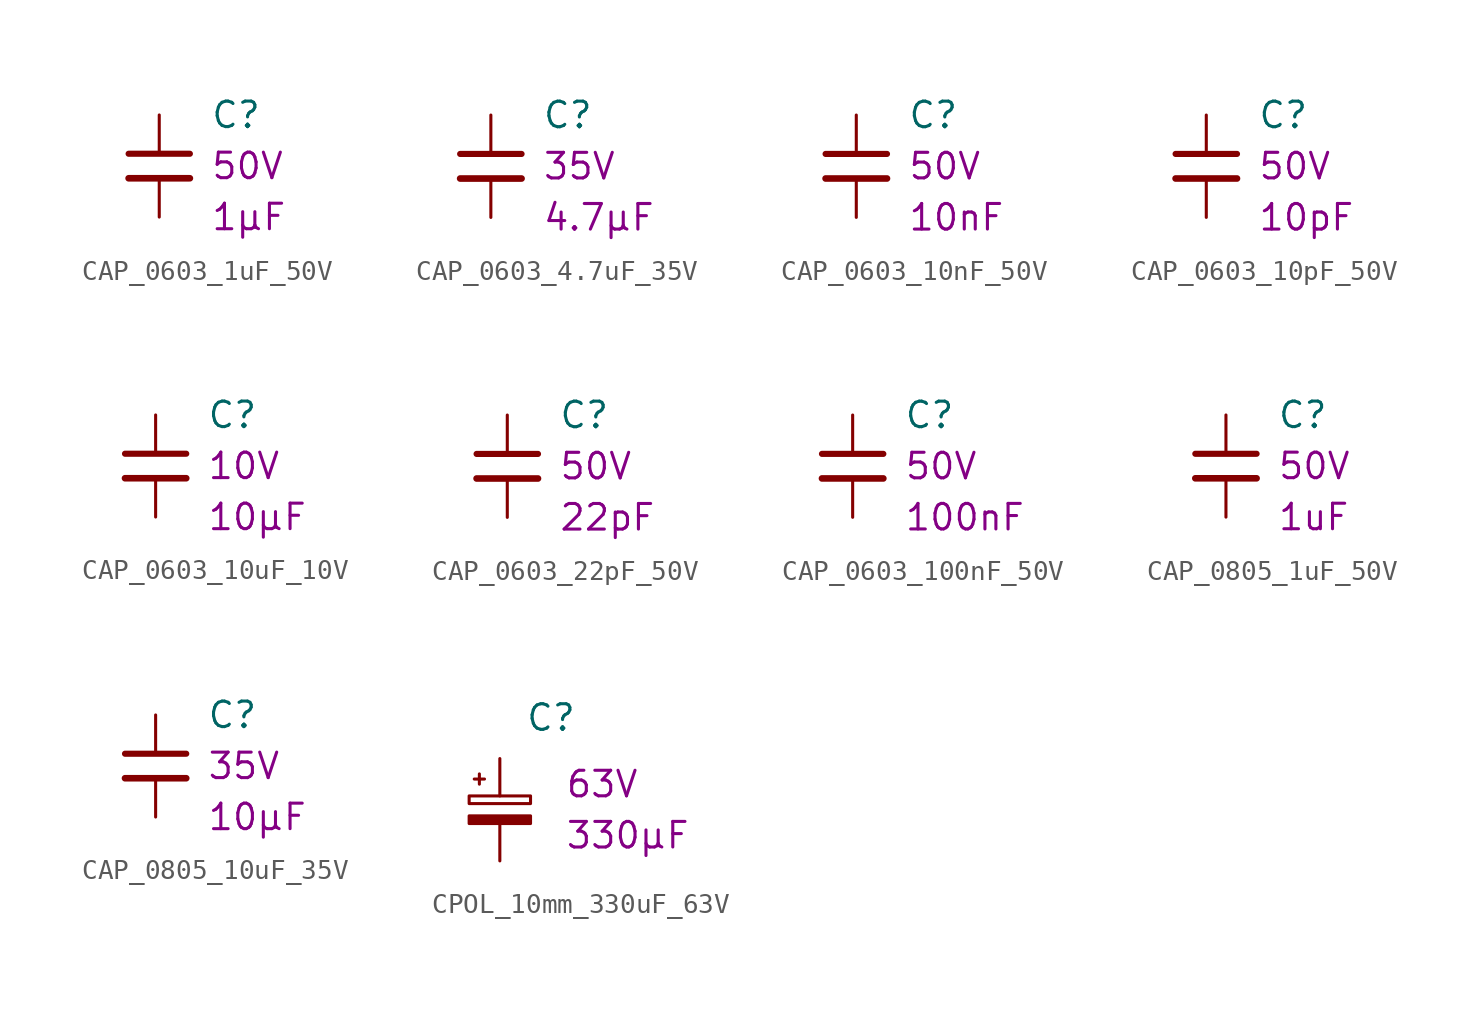
<source format=kicad_sym>
(kicad_symbol_lib
  (version 20220914)
  (generator kicad_symbol_editor)
  (symbol "CAP_0603_1uF_50V"
    (pin_numbers hide)
    (pin_names hide)
    (property "Reference" "C"
      (at 2.54 0 0)
      (effects (font (size 1.27 1.27)) (justify left)))
    (property "Capacitance" "1µF"
      (at 2.54 -5.08 0)
      (effects (font (size 1.27 1.27)) (justify left)))
    (property "Voltage" "50V"
      (at 2.54 -2.54 0)
      (effects (font (size 1.27 1.27)) (justify left)))
    (symbol "CAP_0603_1uF_50V_0_1"
      (polyline (pts (xy -1.524 -3.15) (xy 1.524 -3.15)) (stroke (width 0.33) (type default)) (fill (type none)))
      (polyline (pts (xy -1.524 -1.93) (xy 1.524 -1.93)) (stroke (width 0.305) (type default)) (fill (type none))))
    (symbol "CAP_0603_1uF_50V_1_1"
      (pin passive line (at 0 0 270) (length 1.854) (name "~" (effects (font (size 1.27 1.27)))) (number "1" (effects (font (size 1.27 1.27)))))
      (pin passive line (at 0 -5.08 90) (length 1.854) (name "~" (effects (font (size 1.27 1.27)))) (number "2" (effects (font (size 1.27 1.27)))))))
  (symbol "CAP_0603_4.7uF_35V"
    (pin_numbers hide)
    (pin_names hide)
    (property "Reference" "C"
      (at 2.54 0 0)
      (effects (font (size 1.27 1.27)) (justify left)))
    (property "Capacitance" "4.7µF"
      (at 2.54 -5.08 0)
      (effects (font (size 1.27 1.27)) (justify left)))
    (property "Voltage" "35V"
      (at 2.54 -2.54 0)
      (effects (font (size 1.27 1.27)) (justify left)))
    (symbol "CAP_0603_4.7uF_35V_0_1"
      (polyline (pts (xy -1.524 -3.15) (xy 1.524 -3.15)) (stroke (width 0.33) (type default)) (fill (type none)))
      (polyline (pts (xy -1.524 -1.93) (xy 1.524 -1.93)) (stroke (width 0.305) (type default)) (fill (type none))))
    (symbol "CAP_0603_4.7uF_35V_1_1"
      (pin passive line (at 0 0 270) (length 1.854) (name "~" (effects (font (size 1.27 1.27)))) (number "1" (effects (font (size 1.27 1.27)))))
      (pin passive line (at 0 -5.08 90) (length 1.854) (name "~" (effects (font (size 1.27 1.27)))) (number "2" (effects (font (size 1.27 1.27)))))))
  (symbol "CAP_0603_10nF_50V"
    (pin_numbers hide)
    (pin_names hide)
    (property "Reference" "C"
      (at 2.54 0 0)
      (effects (font (size 1.27 1.27)) (justify left)))
    (property "Capacitance" "10nF"
      (at 2.54 -5.08 0)
      (effects (font (size 1.27 1.27)) (justify left)))
    (property "Voltage" "50V"
      (at 2.54 -2.54 0)
      (effects (font (size 1.27 1.27)) (justify left)))
    (symbol "CAP_0603_10nF_50V_0_1"
      (polyline (pts (xy -1.524 -3.15) (xy 1.524 -3.15)) (stroke (width 0.33) (type default)) (fill (type none)))
      (polyline (pts (xy -1.524 -1.93) (xy 1.524 -1.93)) (stroke (width 0.305) (type default)) (fill (type none))))
    (symbol "CAP_0603_10nF_50V_1_1"
      (pin passive line (at 0 0 270) (length 1.854) (name "~" (effects (font (size 1.27 1.27)))) (number "1" (effects (font (size 1.27 1.27)))))
      (pin passive line (at 0 -5.08 90) (length 1.854) (name "~" (effects (font (size 1.27 1.27)))) (number "2" (effects (font (size 1.27 1.27)))))))
  (symbol "CAP_0603_10pF_50V"
    (pin_numbers hide)
    (pin_names hide)
    (property "Reference" "C"
      (at 2.54 0 0)
      (effects (font (size 1.27 1.27)) (justify left)))
    (property "Capacitance" "10pF"
      (at 2.54 -5.08 0)
      (effects (font (size 1.27 1.27)) (justify left)))
    (property "Voltage" "50V"
      (at 2.54 -2.54 0)
      (effects (font (size 1.27 1.27)) (justify left)))
    (symbol "CAP_0603_10pF_50V_0_1"
      (polyline (pts (xy -1.524 -3.15) (xy 1.524 -3.15)) (stroke (width 0.33) (type default)) (fill (type none)))
      (polyline (pts (xy -1.524 -1.93) (xy 1.524 -1.93)) (stroke (width 0.305) (type default)) (fill (type none))))
    (symbol "CAP_0603_10pF_50V_1_1"
      (pin passive line (at 0 0 270) (length 1.854) (name "~" (effects (font (size 1.27 1.27)))) (number "1" (effects (font (size 1.27 1.27)))))
      (pin passive line (at 0 -5.08 90) (length 1.854) (name "~" (effects (font (size 1.27 1.27)))) (number "2" (effects (font (size 1.27 1.27)))))))
  (symbol "CAP_0603_10uF_10V"
    (pin_numbers hide)
    (pin_names hide)
    (property "Reference" "C"
      (at 2.54 0 0)
      (effects (font (size 1.27 1.27)) (justify left)))
    (property "Capacitance" "10µF"
      (at 2.54 -5.08 0)
      (effects (font (size 1.27 1.27)) (justify left)))
    (property "Voltage" "10V"
      (at 2.54 -2.54 0)
      (effects (font (size 1.27 1.27)) (justify left)))
    (symbol "CAP_0603_10uF_10V_0_1"
      (polyline (pts (xy -1.524 -3.15) (xy 1.524 -3.15)) (stroke (width 0.33) (type default)) (fill (type none)))
      (polyline (pts (xy -1.524 -1.93) (xy 1.524 -1.93)) (stroke (width 0.305) (type default)) (fill (type none))))
    (symbol "CAP_0603_10uF_10V_1_1"
      (pin passive line (at 0 0 270) (length 1.854) (name "~" (effects (font (size 1.27 1.27)))) (number "1" (effects (font (size 1.27 1.27)))))
      (pin passive line (at 0 -5.08 90) (length 1.854) (name "~" (effects (font (size 1.27 1.27)))) (number "2" (effects (font (size 1.27 1.27)))))))
  (symbol "CAP_0603_22pF_50V"
    (pin_numbers hide)
    (pin_names hide)
    (property "Reference" "C"
      (at 2.54 0 0)
      (effects (font (size 1.27 1.27)) (justify left)))
    (property "Capacitance" "22pF"
      (at 2.54 -5.08 0)
      (effects (font (size 1.27 1.27)) (justify left)))
    (property "Voltage" "50V"
      (at 2.54 -2.54 0)
      (effects (font (size 1.27 1.27)) (justify left)))
    (symbol "CAP_0603_22pF_50V_0_1"
      (polyline (pts (xy -1.524 -3.15) (xy 1.524 -3.15)) (stroke (width 0.33) (type default)) (fill (type none)))
      (polyline (pts (xy -1.524 -1.93) (xy 1.524 -1.93)) (stroke (width 0.305) (type default)) (fill (type none))))
    (symbol "CAP_0603_22pF_50V_1_1"
      (pin passive line (at 0 0 270) (length 1.854) (name "~" (effects (font (size 1.27 1.27)))) (number "1" (effects (font (size 1.27 1.27)))))
      (pin passive line (at 0 -5.08 90) (length 1.854) (name "~" (effects (font (size 1.27 1.27)))) (number "2" (effects (font (size 1.27 1.27)))))))
  (symbol "CAP_0603_100nF_50V"
    (pin_numbers hide)
    (pin_names hide)
    (property "Reference" "C"
      (at 2.54 0 0)
      (effects (font (size 1.27 1.27)) (justify left)))
    (property "Capacitance" "100nF"
      (at 2.54 -5.08 0)
      (effects (font (size 1.27 1.27)) (justify left)))
    (property "Voltage" "50V"
      (at 2.54 -2.54 0)
      (effects (font (size 1.27 1.27)) (justify left)))
    (symbol "CAP_0603_100nF_50V_0_1"
      (polyline (pts (xy -1.524 -3.15) (xy 1.524 -3.15)) (stroke (width 0.33) (type default)) (fill (type none)))
      (polyline (pts (xy -1.524 -1.93) (xy 1.524 -1.93)) (stroke (width 0.305) (type default)) (fill (type none))))
    (symbol "CAP_0603_100nF_50V_1_1"
      (pin passive line (at 0 0 270) (length 1.854) (name "~" (effects (font (size 1.27 1.27)))) (number "1" (effects (font (size 1.27 1.27)))))
      (pin passive line (at 0 -5.08 90) (length 1.854) (name "~" (effects (font (size 1.27 1.27)))) (number "2" (effects (font (size 1.27 1.27)))))))
  (symbol "CAP_0805_1uF_50V"
    (pin_numbers hide)
    (pin_names hide)
    (property "Reference" "C"
      (at 2.54 0 0)
      (effects (font (size 1.27 1.27)) (justify left)))
    (property "Capacitance" "1uF"
      (at 2.54 -5.08 0)
      (effects (font (size 1.27 1.27)) (justify left)))
    (property "Voltage" "50V"
      (at 2.54 -2.54 0)
      (effects (font (size 1.27 1.27)) (justify left)))
    (symbol "CAP_0805_1uF_50V_0_1"
      (polyline (pts (xy -1.524 -3.15) (xy 1.524 -3.15)) (stroke (width 0.33) (type default)) (fill (type none)))
      (polyline (pts (xy -1.524 -1.93) (xy 1.524 -1.93)) (stroke (width 0.305) (type default)) (fill (type none))))
    (symbol "CAP_0805_1uF_50V_1_1"
      (pin passive line (at 0 0 270) (length 1.854) (name "~" (effects (font (size 1.27 1.27)))) (number "1" (effects (font (size 1.27 1.27)))))
      (pin passive line (at 0 -5.08 90) (length 1.854) (name "~" (effects (font (size 1.27 1.27)))) (number "2" (effects (font (size 1.27 1.27)))))))
  (symbol "CAP_0805_10uF_35V"
    (pin_numbers hide)
    (pin_names hide)
    (property "Reference" "C"
      (at 2.54 0 0)
      (effects (font (size 1.27 1.27)) (justify left)))
    (property "Capacitance" "10µF"
      (at 2.54 -5.08 0)
      (effects (font (size 1.27 1.27)) (justify left)))
    (property "Voltage" "35V"
      (at 2.54 -2.54 0)
      (effects (font (size 1.27 1.27)) (justify left)))
    (symbol "CAP_0805_10uF_35V_0_1"
      (polyline (pts (xy -1.524 -3.15) (xy 1.524 -3.15)) (stroke (width 0.33) (type default)) (fill (type none)))
      (polyline (pts (xy -1.524 -1.93) (xy 1.524 -1.93)) (stroke (width 0.305) (type default)) (fill (type none))))
    (symbol "CAP_0805_10uF_35V_1_1"
      (pin passive line (at 0 0 270) (length 1.854) (name "~" (effects (font (size 1.27 1.27)))) (number "1" (effects (font (size 1.27 1.27)))))
      (pin passive line (at 0 -5.08 90) (length 1.854) (name "~" (effects (font (size 1.27 1.27)))) (number "2" (effects (font (size 1.27 1.27)))))))
  (symbol "CPOL_10mm_330uF_63V"
    (pin_numbers hide)
    (pin_names hide)
    (property "Reference" "C"
      (at 2.54 2.032 0)
      (effects (font (size 1.27 1.27))))
    (property "Capacitance" "330µF"
      (at 6.35 -3.81 0)
      (effects (font (size 1.27 1.27))))
    (property "Voltage" "63V"
      (at 5.08 -1.27 0)
      (effects (font (size 1.27 1.27))))
    (symbol "CPOL_10mm_330uF_63V_0_1"
      (rectangle (start -1.524 -2.845) (end 1.524 -3.226) (stroke (width 0) (type default)) (fill (type outline)))
      (rectangle (start -1.524 -1.854) (end 1.524 -2.235) (stroke (width 0) (type default)) (fill (type none)))
      (polyline (pts (xy -1.27 -1.016) (xy -0.762 -1.016)) (stroke (width 0) (type default)) (fill (type none)))
      (polyline (pts (xy -1.016 -1.27) (xy -1.016 -0.762)) (stroke (width 0) (type default)) (fill (type none))))
    (symbol "CPOL_10mm_330uF_63V_1_1"
      (pin passive line (at 0 0 270) (length 1.854) (name "~" (effects (font (size 1.27 1.27)))) (number "1" (effects (font (size 1.27 1.27)))))
      (pin passive line (at 0 -5.08 90) (length 1.854) (name "~" (effects (font (size 1.27 1.27)))) (number "2" (effects (font (size 1.27 1.27))))))))
</source>
